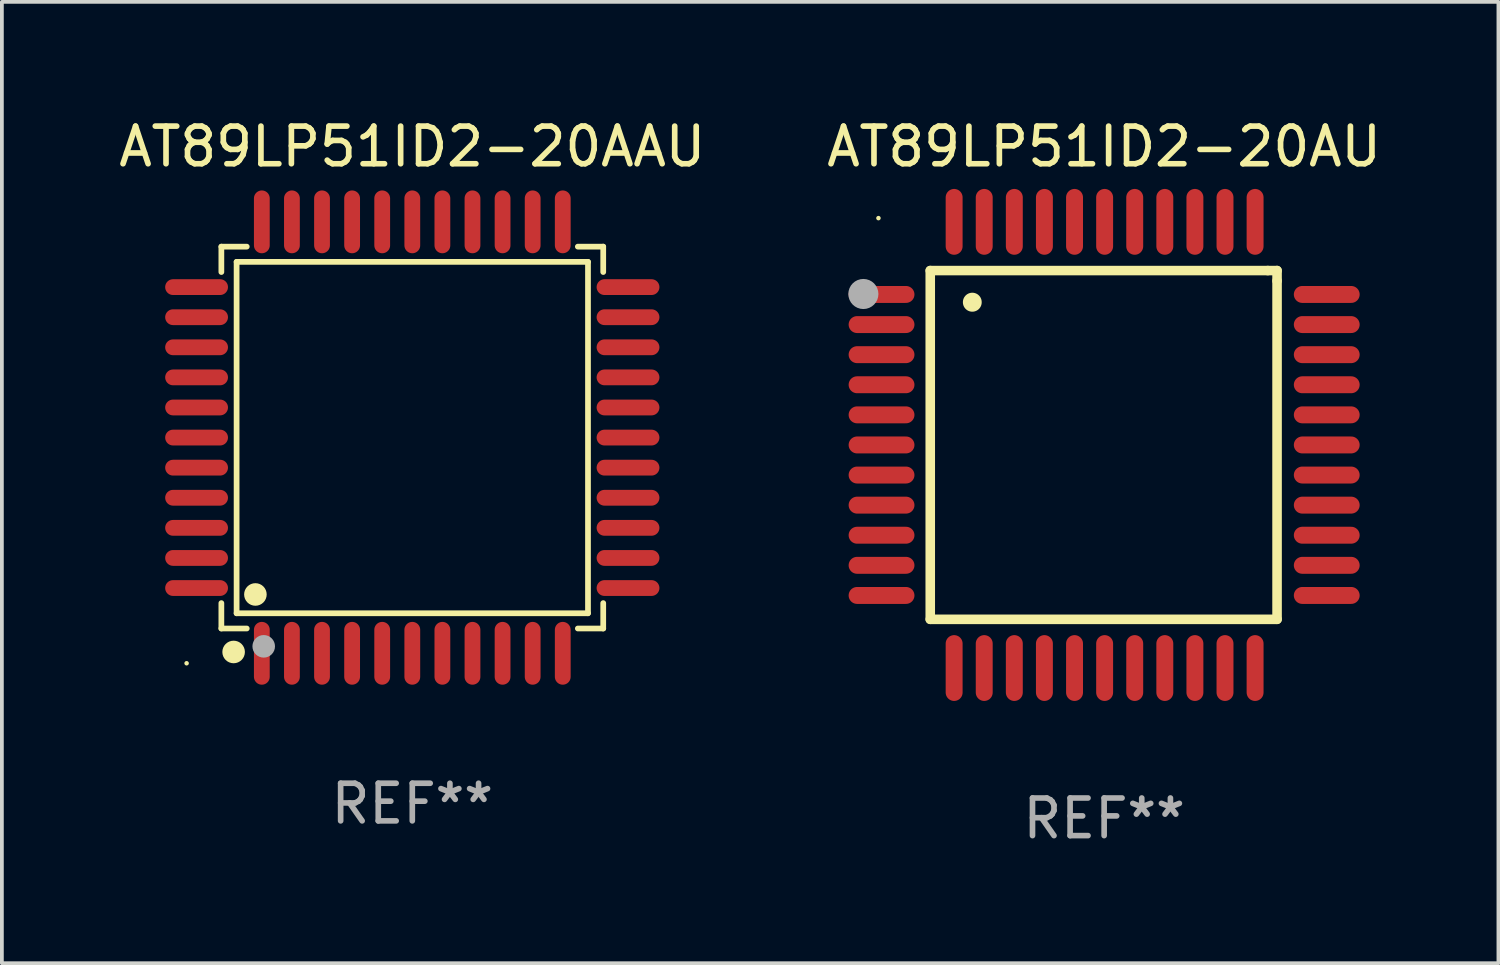
<source format=kicad_pcb>
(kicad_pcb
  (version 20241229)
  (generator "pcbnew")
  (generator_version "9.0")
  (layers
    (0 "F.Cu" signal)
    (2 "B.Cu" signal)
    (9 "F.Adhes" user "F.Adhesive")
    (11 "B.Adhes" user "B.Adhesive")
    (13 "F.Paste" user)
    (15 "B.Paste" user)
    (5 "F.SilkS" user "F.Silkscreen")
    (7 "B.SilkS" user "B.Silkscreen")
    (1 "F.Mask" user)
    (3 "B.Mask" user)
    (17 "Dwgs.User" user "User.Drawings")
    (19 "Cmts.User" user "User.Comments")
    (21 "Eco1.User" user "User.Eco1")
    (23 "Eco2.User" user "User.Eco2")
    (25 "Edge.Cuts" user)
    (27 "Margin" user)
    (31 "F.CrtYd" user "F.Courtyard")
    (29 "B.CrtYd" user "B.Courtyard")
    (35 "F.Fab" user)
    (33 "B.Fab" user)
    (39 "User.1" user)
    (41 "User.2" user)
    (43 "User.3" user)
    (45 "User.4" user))
  (footprint "AT89LP51ID2-20AU"
    (layer "F.Cu")
    (at 26.304 8.779)
    (property "Reference" "AT89LP51ID2-20AU" (at 0 -7.931 0) (layer "F.SilkS") (effects (font (size 1 1) (thickness 0.15))))
    (attr through_hole)
    (fp_line (start -4.623 -4.636) (end 4.35 -4.636) (stroke (width 0.254) (type solid)) (layer "F.SilkS"))
    (fp_line (start -4.623 4.636) (end -4.623 -4.636) (stroke (width 0.254) (type solid)) (layer "F.SilkS"))
    (fp_line (start 4.35 -4.636) (end 4.597 -4.636) (stroke (width 0.254) (type solid)) (layer "F.SilkS"))
    (fp_line (start 4.597 -4.636) (end 4.597 -4.363) (stroke (width 0.254) (type solid)) (layer "F.SilkS"))
    (fp_line (start 4.597 -4.363) (end 4.597 4.636) (stroke (width 0.254) (type solid)) (layer "F.SilkS"))
    (fp_line (start 4.597 4.636) (end -4.623 4.636) (stroke (width 0.254) (type solid)) (layer "F.SilkS"))
    (fp_arc (start -3.505207 -3.792228) (mid -3.50522 -3.794768) (end -3.505207 -3.797308) (stroke (width 0.5) (type solid)) (layer "F.SilkS"))
    (fp_circle (center -6 -6.03) (end -5.97 -6.03) (stroke (width 0.06) (type solid)) (fill no) (layer "F.SilkS"))
    (fp_circle (center -6.401 -4.013) (end -6.201 -4.013) (stroke (width 0.4) (type solid)) (fill no) (layer "F.Fab"))
    (fp_text user "REF**" (at 0 9.931 0) (layer "F.Fab") (effects (font (size 1 1) (thickness 0.15))))
    (pad "1" smd oval (at -5.918 -4.001 90) (size 0.45 1.75) (layers "F.Cu" "F.Mask" "F.Paste"))
    (pad "2" smd oval (at -5.918 -3.2 90) (size 0.45 1.75) (layers "F.Cu" "F.Mask" "F.Paste"))
    (pad "3" smd oval (at -5.918 -2.4 90) (size 0.45 1.75) (layers "F.Cu" "F.Mask" "F.Paste"))
    (pad "4" smd oval (at -5.918 -1.6 90) (size 0.45 1.75) (layers "F.Cu" "F.Mask" "F.Paste"))
    (pad "5" smd oval (at -5.918 -0.8 90) (size 0.45 1.75) (layers "F.Cu" "F.Mask" "F.Paste"))
    (pad "6" smd oval (at -5.918 0 90) (size 0.45 1.75) (layers "F.Cu" "F.Mask" "F.Paste"))
    (pad "7" smd oval (at -5.918 0.8 90) (size 0.45 1.75) (layers "F.Cu" "F.Mask" "F.Paste"))
    (pad "8" smd oval (at -5.918 1.6 90) (size 0.45 1.75) (layers "F.Cu" "F.Mask" "F.Paste"))
    (pad "9" smd oval (at -5.918 2.4 90) (size 0.45 1.75) (layers "F.Cu" "F.Mask" "F.Paste"))
    (pad "10" smd oval (at -5.918 3.2 90) (size 0.45 1.75) (layers "F.Cu" "F.Mask" "F.Paste"))
    (pad "11" smd oval (at -5.918 4.001 90) (size 0.45 1.75) (layers "F.Cu" "F.Mask" "F.Paste"))
    (pad "12" smd oval (at -3.988 5.931) (size 0.45 1.75) (layers "F.Cu" "F.Mask" "F.Paste"))
    (pad "13" smd oval (at -3.188 5.931) (size 0.45 1.75) (layers "F.Cu" "F.Mask" "F.Paste"))
    (pad "14" smd oval (at -2.388 5.931) (size 0.45 1.75) (layers "F.Cu" "F.Mask" "F.Paste"))
    (pad "15" smd oval (at -1.588 5.931) (size 0.45 1.75) (layers "F.Cu" "F.Mask" "F.Paste"))
    (pad "16" smd oval (at -0.787 5.931) (size 0.45 1.75) (layers "F.Cu" "F.Mask" "F.Paste"))
    (pad "17" smd oval (at 0.013 5.931) (size 0.45 1.75) (layers "F.Cu" "F.Mask" "F.Paste"))
    (pad "18" smd oval (at 0.813 5.931) (size 0.45 1.75) (layers "F.Cu" "F.Mask" "F.Paste"))
    (pad "19" smd oval (at 1.613 5.931) (size 0.45 1.75) (layers "F.Cu" "F.Mask" "F.Paste"))
    (pad "20" smd oval (at 2.413 5.931) (size 0.45 1.75) (layers "F.Cu" "F.Mask" "F.Paste"))
    (pad "21" smd oval (at 3.213 5.931) (size 0.45 1.75) (layers "F.Cu" "F.Mask" "F.Paste"))
    (pad "22" smd oval (at 4.013 5.931) (size 0.45 1.75) (layers "F.Cu" "F.Mask" "F.Paste"))
    (pad "23" smd oval (at 5.918 4.001 90) (size 0.45 1.75) (layers "F.Cu" "F.Mask" "F.Paste"))
    (pad "24" smd oval (at 5.918 3.2 90) (size 0.45 1.75) (layers "F.Cu" "F.Mask" "F.Paste"))
    (pad "25" smd oval (at 5.918 2.4 90) (size 0.45 1.75) (layers "F.Cu" "F.Mask" "F.Paste"))
    (pad "26" smd oval (at 5.918 1.6 90) (size 0.45 1.75) (layers "F.Cu" "F.Mask" "F.Paste"))
    (pad "27" smd oval (at 5.918 0.8 90) (size 0.45 1.75) (layers "F.Cu" "F.Mask" "F.Paste"))
    (pad "28" smd oval (at 5.918 0 90) (size 0.45 1.75) (layers "F.Cu" "F.Mask" "F.Paste"))
    (pad "29" smd oval (at 5.918 -0.8 90) (size 0.45 1.75) (layers "F.Cu" "F.Mask" "F.Paste"))
    (pad "30" smd oval (at 5.918 -1.6 90) (size 0.45 1.75) (layers "F.Cu" "F.Mask" "F.Paste"))
    (pad "31" smd oval (at 5.918 -2.4 90) (size 0.45 1.75) (layers "F.Cu" "F.Mask" "F.Paste"))
    (pad "32" smd oval (at 5.918 -3.2 90) (size 0.45 1.75) (layers "F.Cu" "F.Mask" "F.Paste"))
    (pad "33" smd oval (at 5.918 -4.001 90) (size 0.45 1.75) (layers "F.Cu" "F.Mask" "F.Paste"))
    (pad "34" smd oval (at 4.013 -5.931) (size 0.45 1.75) (layers "F.Cu" "F.Mask" "F.Paste"))
    (pad "35" smd oval (at 3.213 -5.931) (size 0.45 1.75) (layers "F.Cu" "F.Mask" "F.Paste"))
    (pad "36" smd oval (at 2.413 -5.931) (size 0.45 1.75) (layers "F.Cu" "F.Mask" "F.Paste"))
    (pad "37" smd oval (at 1.613 -5.931) (size 0.45 1.75) (layers "F.Cu" "F.Mask" "F.Paste"))
    (pad "38" smd oval (at 0.813 -5.931) (size 0.45 1.75) (layers "F.Cu" "F.Mask" "F.Paste"))
    (pad "39" smd oval (at 0.013 -5.931) (size 0.45 1.75) (layers "F.Cu" "F.Mask" "F.Paste"))
    (pad "40" smd oval (at -0.787 -5.931) (size 0.45 1.75) (layers "F.Cu" "F.Mask" "F.Paste"))
    (pad "41" smd oval (at -1.588 -5.931) (size 0.45 1.75) (layers "F.Cu" "F.Mask" "F.Paste"))
    (pad "42" smd oval (at -2.388 -5.931) (size 0.45 1.75) (layers "F.Cu" "F.Mask" "F.Paste"))
    (pad "43" smd oval (at -3.188 -5.931) (size 0.45 1.75) (layers "F.Cu" "F.Mask" "F.Paste"))
    (pad "44" smd oval (at -3.988 -5.931) (size 0.45 1.75) (layers "F.Cu" "F.Mask" "F.Paste")))
  (footprint "AT89LP51ID2-20AAU"
    (layer "F.Cu")
    (at 7.911 8.583)
    (property "Reference" "AT89LP51ID2-20AAU" (at 0 -7.735 0) (layer "F.SilkS") (effects (font (size 1 1) (thickness 0.15))))
    (attr through_hole)
    (fp_line (start -5.076 -5.076) (end -4.401 -5.076) (stroke (width 0.152) (type solid)) (layer "F.SilkS"))
    (fp_line (start -5.076 -4.401) (end -5.076 -5.076) (stroke (width 0.152) (type solid)) (layer "F.SilkS"))
    (fp_line (start -5.076 4.401) (end -5.076 5.076) (stroke (width 0.152) (type solid)) (layer "F.SilkS"))
    (fp_line (start -5.076 5.076) (end -4.401 5.076) (stroke (width 0.152) (type solid)) (layer "F.SilkS"))
    (fp_line (start -4.671 -4.671) (end 4.671 -4.671) (stroke (width 0.152) (type solid)) (layer "F.SilkS"))
    (fp_line (start -4.671 4.671) (end -4.671 -4.671) (stroke (width 0.152) (type solid)) (layer "F.SilkS"))
    (fp_line (start 4.671 -4.671) (end 4.671 4.671) (stroke (width 0.152) (type solid)) (layer "F.SilkS"))
    (fp_line (start 4.671 4.671) (end -4.671 4.671) (stroke (width 0.152) (type solid)) (layer "F.SilkS"))
    (fp_line (start 5.076 -5.076) (end 4.401 -5.076) (stroke (width 0.152) (type solid)) (layer "F.SilkS"))
    (fp_line (start 5.076 -4.401) (end 5.076 -5.076) (stroke (width 0.152) (type solid)) (layer "F.SilkS"))
    (fp_line (start 5.076 4.401) (end 5.076 5.076) (stroke (width 0.152) (type solid)) (layer "F.SilkS"))
    (fp_line (start 5.076 5.076) (end 4.401 5.076) (stroke (width 0.152) (type solid)) (layer "F.SilkS"))
    (fp_circle (center -6 6) (end -5.97 6) (stroke (width 0.06) (type solid)) (fill no) (layer "F.SilkS"))
    (fp_circle (center -4.75 5.7) (end -4.6 5.7) (stroke (width 0.3) (type solid)) (fill no) (layer "F.SilkS"))
    (fp_circle (center -4.171 4.171) (end -4.021 4.171) (stroke (width 0.3) (type solid)) (fill no) (layer "F.SilkS"))
    (fp_circle (center -3.95 5.55) (end -3.8 5.55) (stroke (width 0.3) (type solid)) (fill no) (layer "F.Fab"))
    (fp_text user "REF**" (at 0 9.735 0) (layer "F.Fab") (effects (font (size 1 1) (thickness 0.15))))
    (pad "1" smd oval (at -4 5.735) (size 0.42 1.67) (layers "F.Cu" "F.Mask" "F.Paste"))
    (pad "2" smd oval (at -3.2 5.735) (size 0.42 1.67) (layers "F.Cu" "F.Mask" "F.Paste"))
    (pad "3" smd oval (at -2.4 5.735) (size 0.42 1.67) (layers "F.Cu" "F.Mask" "F.Paste"))
    (pad "4" smd oval (at -1.6 5.735) (size 0.42 1.67) (layers "F.Cu" "F.Mask" "F.Paste"))
    (pad "5" smd oval (at -0.8 5.735) (size 0.42 1.67) (layers "F.Cu" "F.Mask" "F.Paste"))
    (pad "6" smd oval (at 0 5.735) (size 0.42 1.67) (layers "F.Cu" "F.Mask" "F.Paste"))
    (pad "7" smd oval (at 0.8 5.735) (size 0.42 1.67) (layers "F.Cu" "F.Mask" "F.Paste"))
    (pad "8" smd oval (at 1.6 5.735) (size 0.42 1.67) (layers "F.Cu" "F.Mask" "F.Paste"))
    (pad "9" smd oval (at 2.4 5.735) (size 0.42 1.67) (layers "F.Cu" "F.Mask" "F.Paste"))
    (pad "10" smd oval (at 3.2 5.735) (size 0.42 1.67) (layers "F.Cu" "F.Mask" "F.Paste"))
    (pad "11" smd oval (at 4 5.735) (size 0.42 1.67) (layers "F.Cu" "F.Mask" "F.Paste"))
    (pad "12" smd oval (at 5.735 4) (size 1.67 0.42) (layers "F.Cu" "F.Mask" "F.Paste"))
    (pad "13" smd oval (at 5.735 3.2) (size 1.67 0.42) (layers "F.Cu" "F.Mask" "F.Paste"))
    (pad "14" smd oval (at 5.735 2.4) (size 1.67 0.42) (layers "F.Cu" "F.Mask" "F.Paste"))
    (pad "15" smd oval (at 5.735 1.6) (size 1.67 0.42) (layers "F.Cu" "F.Mask" "F.Paste"))
    (pad "16" smd oval (at 5.735 0.8) (size 1.67 0.42) (layers "F.Cu" "F.Mask" "F.Paste"))
    (pad "17" smd oval (at 5.735 0) (size 1.67 0.42) (layers "F.Cu" "F.Mask" "F.Paste"))
    (pad "18" smd oval (at 5.735 -0.8) (size 1.67 0.42) (layers "F.Cu" "F.Mask" "F.Paste"))
    (pad "19" smd oval (at 5.735 -1.6) (size 1.67 0.42) (layers "F.Cu" "F.Mask" "F.Paste"))
    (pad "20" smd oval (at 5.735 -2.4) (size 1.67 0.42) (layers "F.Cu" "F.Mask" "F.Paste"))
    (pad "21" smd oval (at 5.735 -3.2) (size 1.67 0.42) (layers "F.Cu" "F.Mask" "F.Paste"))
    (pad "22" smd oval (at 5.735 -4) (size 1.67 0.42) (layers "F.Cu" "F.Mask" "F.Paste"))
    (pad "23" smd oval (at 4 -5.735) (size 0.42 1.67) (layers "F.Cu" "F.Mask" "F.Paste"))
    (pad "24" smd oval (at 3.2 -5.735) (size 0.42 1.67) (layers "F.Cu" "F.Mask" "F.Paste"))
    (pad "25" smd oval (at 2.4 -5.735) (size 0.42 1.67) (layers "F.Cu" "F.Mask" "F.Paste"))
    (pad "26" smd oval (at 1.6 -5.735) (size 0.42 1.67) (layers "F.Cu" "F.Mask" "F.Paste"))
    (pad "27" smd oval (at 0.8 -5.735) (size 0.42 1.67) (layers "F.Cu" "F.Mask" "F.Paste"))
    (pad "28" smd oval (at 0 -5.735) (size 0.42 1.67) (layers "F.Cu" "F.Mask" "F.Paste"))
    (pad "29" smd oval (at -0.8 -5.735) (size 0.42 1.67) (layers "F.Cu" "F.Mask" "F.Paste"))
    (pad "30" smd oval (at -1.6 -5.735) (size 0.42 1.67) (layers "F.Cu" "F.Mask" "F.Paste"))
    (pad "31" smd oval (at -2.4 -5.735) (size 0.42 1.67) (layers "F.Cu" "F.Mask" "F.Paste"))
    (pad "32" smd oval (at -3.2 -5.735) (size 0.42 1.67) (layers "F.Cu" "F.Mask" "F.Paste"))
    (pad "33" smd oval (at -4 -5.735) (size 0.42 1.67) (layers "F.Cu" "F.Mask" "F.Paste"))
    (pad "34" smd oval (at -5.735 -4) (size 1.67 0.42) (layers "F.Cu" "F.Mask" "F.Paste"))
    (pad "35" smd oval (at -5.735 -3.2) (size 1.67 0.42) (layers "F.Cu" "F.Mask" "F.Paste"))
    (pad "36" smd oval (at -5.735 -2.4) (size 1.67 0.42) (layers "F.Cu" "F.Mask" "F.Paste"))
    (pad "37" smd oval (at -5.735 -1.6) (size 1.67 0.42) (layers "F.Cu" "F.Mask" "F.Paste"))
    (pad "38" smd oval (at -5.735 -0.8) (size 1.67 0.42) (layers "F.Cu" "F.Mask" "F.Paste"))
    (pad "39" smd oval (at -5.735 0) (size 1.67 0.42) (layers "F.Cu" "F.Mask" "F.Paste"))
    (pad "40" smd oval (at -5.735 0.8) (size 1.67 0.42) (layers "F.Cu" "F.Mask" "F.Paste"))
    (pad "41" smd oval (at -5.735 1.6) (size 1.67 0.42) (layers "F.Cu" "F.Mask" "F.Paste"))
    (pad "42" smd oval (at -5.735 2.4) (size 1.67 0.42) (layers "F.Cu" "F.Mask" "F.Paste"))
    (pad "43" smd oval (at -5.735 3.2) (size 1.67 0.42) (layers "F.Cu" "F.Mask" "F.Paste"))
    (pad "44" smd oval (at -5.735 4) (size 1.67 0.42) (layers "F.Cu" "F.Mask" "F.Paste")))
  (gr_rect
    (start -3 -3)
    (end 36.786 22.558)
    (stroke (width 0.1) (type default))
    (fill no)
    (layer "Edge.Cuts")))
</source>
